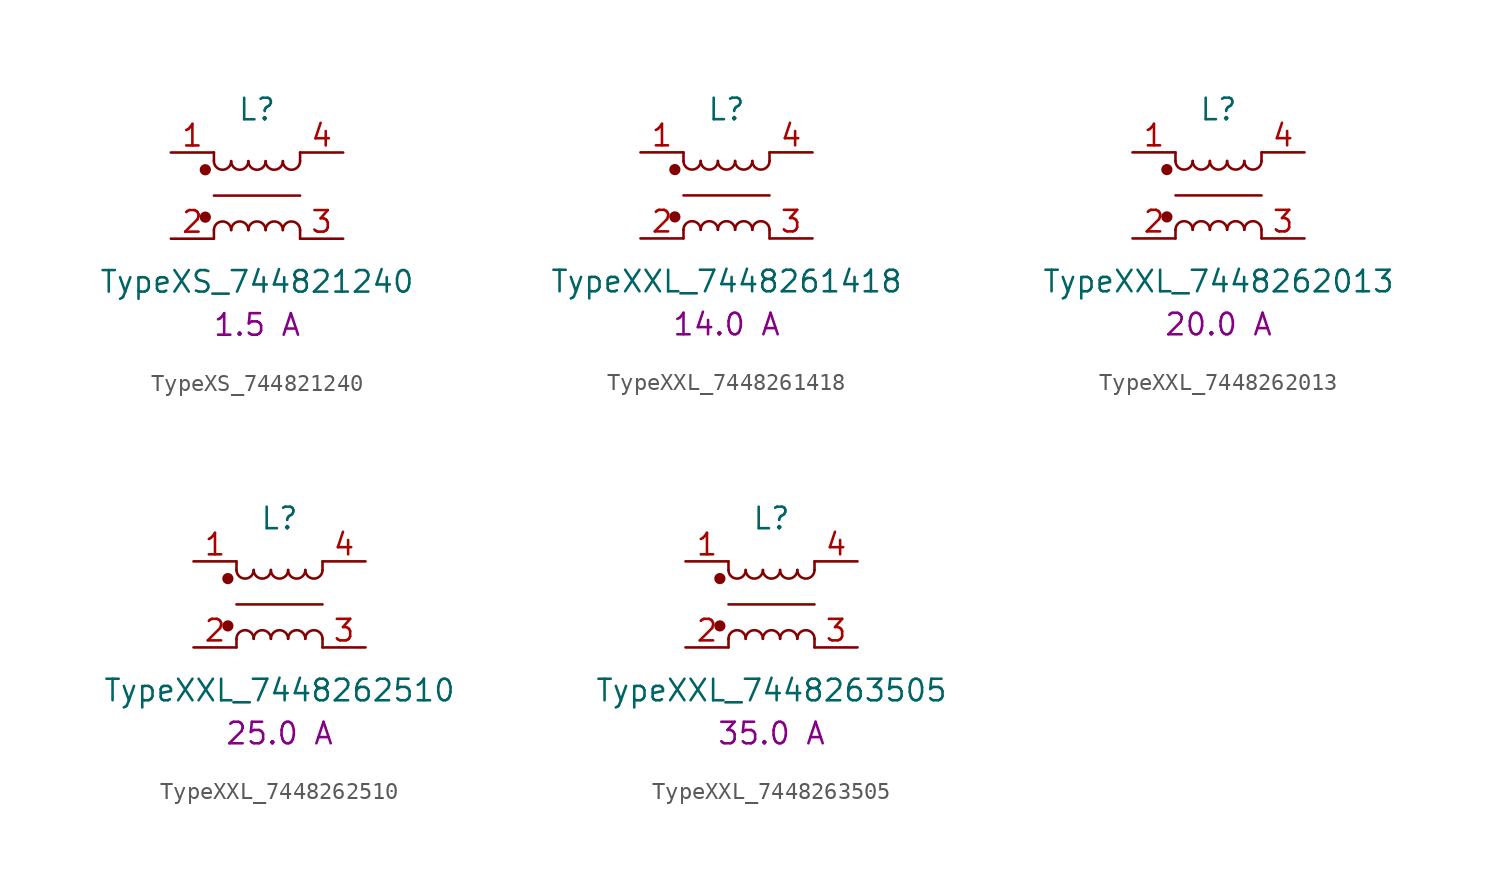
<source format=kicad_sym>
(kicad_symbol_lib
  (version 20220914)
  (generator kicad_symbol_editor)
  (symbol "TypeXS_744821240"
    (pin_names hide)
    (property "Reference" "L"
      (at 0 5.08 0)
      (effects (font (size 1.27 1.27))))
    (property "Value" "TypeXS_744821240"
      (at 0 -5.08 0)
      (effects (font (size 1.27 1.27))))
    (property "Critical Parameter" "1.5 A"
      (at 0 -7.62 0)
      (effects (font (size 1.27 1.27))))
    (symbol "TypeXS_744821240_0_1"
      (circle (center -3.048 -1.27) (radius 0.254) (stroke (width 0) (type default)) (fill (type outline)))
      (circle (center -3.048 1.524) (radius 0.254) (stroke (width 0) (type default)) (fill (type outline)))
      (arc (start -2.54 2.032) (mid -2.032 1.5262) (end -1.524 2.032) (stroke (width 0) (type default)) (fill (type none)))
      (arc (start -1.524 -2.032) (mid -2.032 -1.5262) (end -2.54 -2.032) (stroke (width 0) (type default)) (fill (type none)))
      (arc (start -1.524 2.032) (mid -1.016 1.5262) (end -0.508 2.032) (stroke (width 0) (type default)) (fill (type none)))
      (arc (start -0.508 -2.032) (mid -1.016 -1.5262) (end -1.524 -2.032) (stroke (width 0) (type default)) (fill (type none)))
      (arc (start -0.508 2.032) (mid 0 1.5262) (end 0.508 2.032) (stroke (width 0) (type default)) (fill (type none)))
      (polyline (pts (xy -2.54 -2.032) (xy -2.54 -2.54)) (stroke (width 0) (type default)) (fill (type none)))
      (polyline (pts (xy -2.54 2.032) (xy -2.54 2.54)) (stroke (width 0) (type default)) (fill (type none)))
      (polyline (pts (xy 2.54 -2.032) (xy 2.54 -2.54)) (stroke (width 0) (type default)) (fill (type none)))
      (polyline (pts (xy 2.54 0) (xy -2.54 0)) (stroke (width 0) (type default)) (fill (type none)))
      (polyline (pts (xy 2.54 2.54) (xy 2.54 2.032)) (stroke (width 0) (type default)) (fill (type none)))
      (arc (start 0.508 -2.032) (mid 0 -1.5262) (end -0.508 -2.032) (stroke (width 0) (type default)) (fill (type none)))
      (arc (start 0.508 2.032) (mid 1.016 1.5262) (end 1.524 2.032) (stroke (width 0) (type default)) (fill (type none)))
      (arc (start 1.524 -2.032) (mid 1.016 -1.5262) (end 0.508 -2.032) (stroke (width 0) (type default)) (fill (type none)))
      (arc (start 1.524 2.032) (mid 2.032 1.5262) (end 2.54 2.032) (stroke (width 0) (type default)) (fill (type none)))
      (arc (start 2.54 -2.032) (mid 2.032 -1.5262) (end 1.524 -2.032) (stroke (width 0) (type default)) (fill (type none))))
    (symbol "TypeXS_744821240_1_1"
      (pin passive line (at -5.08 2.54 0) (length 2.54) (name "1" (effects (font (size 1.27 1.27)))) (number "1" (effects (font (size 1.27 1.27)))))
      (pin passive line (at -5.08 -2.54 0) (length 2.54) (name "2" (effects (font (size 1.27 1.27)))) (number "2" (effects (font (size 1.27 1.27)))))
      (pin passive line (at 5.08 -2.54 180) (length 2.54) (name "3" (effects (font (size 1.27 1.27)))) (number "3" (effects (font (size 1.27 1.27)))))
      (pin passive line (at 5.08 2.54 180) (length 2.54) (name "4" (effects (font (size 1.27 1.27)))) (number "4" (effects (font (size 1.27 1.27)))))))
  (symbol "TypeXXL_7448261418"
    (pin_names hide)
    (property "Reference" "L"
      (at 0 5.08 0)
      (effects (font (size 1.27 1.27))))
    (property "Value" "TypeXXL_7448261418"
      (at 0 -5.08 0)
      (effects (font (size 1.27 1.27))))
    (property "Critical Parameter" "14.0 A"
      (at 0 -7.62 0)
      (effects (font (size 1.27 1.27))))
    (symbol "TypeXXL_7448261418_0_1"
      (circle (center -3.048 -1.27) (radius 0.254) (stroke (width 0) (type default)) (fill (type outline)))
      (circle (center -3.048 1.524) (radius 0.254) (stroke (width 0) (type default)) (fill (type outline)))
      (arc (start -2.54 2.032) (mid -2.032 1.5262) (end -1.524 2.032) (stroke (width 0) (type default)) (fill (type none)))
      (arc (start -1.524 -2.032) (mid -2.032 -1.5262) (end -2.54 -2.032) (stroke (width 0) (type default)) (fill (type none)))
      (arc (start -1.524 2.032) (mid -1.016 1.5262) (end -0.508 2.032) (stroke (width 0) (type default)) (fill (type none)))
      (arc (start -0.508 -2.032) (mid -1.016 -1.5262) (end -1.524 -2.032) (stroke (width 0) (type default)) (fill (type none)))
      (arc (start -0.508 2.032) (mid 0 1.5262) (end 0.508 2.032) (stroke (width 0) (type default)) (fill (type none)))
      (polyline (pts (xy -2.54 -2.032) (xy -2.54 -2.54)) (stroke (width 0) (type default)) (fill (type none)))
      (polyline (pts (xy -2.54 2.032) (xy -2.54 2.54)) (stroke (width 0) (type default)) (fill (type none)))
      (polyline (pts (xy 2.54 -2.032) (xy 2.54 -2.54)) (stroke (width 0) (type default)) (fill (type none)))
      (polyline (pts (xy 2.54 0) (xy -2.54 0)) (stroke (width 0) (type default)) (fill (type none)))
      (polyline (pts (xy 2.54 2.54) (xy 2.54 2.032)) (stroke (width 0) (type default)) (fill (type none)))
      (arc (start 0.508 -2.032) (mid 0 -1.5262) (end -0.508 -2.032) (stroke (width 0) (type default)) (fill (type none)))
      (arc (start 0.508 2.032) (mid 1.016 1.5262) (end 1.524 2.032) (stroke (width 0) (type default)) (fill (type none)))
      (arc (start 1.524 -2.032) (mid 1.016 -1.5262) (end 0.508 -2.032) (stroke (width 0) (type default)) (fill (type none)))
      (arc (start 1.524 2.032) (mid 2.032 1.5262) (end 2.54 2.032) (stroke (width 0) (type default)) (fill (type none)))
      (arc (start 2.54 -2.032) (mid 2.032 -1.5262) (end 1.524 -2.032) (stroke (width 0) (type default)) (fill (type none))))
    (symbol "TypeXXL_7448261418_1_1"
      (pin passive line (at -5.08 2.54 0) (length 2.54) (name "1" (effects (font (size 1.27 1.27)))) (number "1" (effects (font (size 1.27 1.27)))))
      (pin passive line (at -5.08 -2.54 0) (length 2.54) (name "2" (effects (font (size 1.27 1.27)))) (number "2" (effects (font (size 1.27 1.27)))))
      (pin passive line (at 5.08 -2.54 180) (length 2.54) (name "3" (effects (font (size 1.27 1.27)))) (number "3" (effects (font (size 1.27 1.27)))))
      (pin passive line (at 5.08 2.54 180) (length 2.54) (name "4" (effects (font (size 1.27 1.27)))) (number "4" (effects (font (size 1.27 1.27)))))))
  (symbol "TypeXXL_7448262013"
    (pin_names hide)
    (property "Reference" "L"
      (at 0 5.08 0)
      (effects (font (size 1.27 1.27))))
    (property "Value" "TypeXXL_7448262013"
      (at 0 -5.08 0)
      (effects (font (size 1.27 1.27))))
    (property "Critical Parameter" "20.0 A"
      (at 0 -7.62 0)
      (effects (font (size 1.27 1.27))))
    (symbol "TypeXXL_7448262013_0_1"
      (circle (center -3.048 -1.27) (radius 0.254) (stroke (width 0) (type default)) (fill (type outline)))
      (circle (center -3.048 1.524) (radius 0.254) (stroke (width 0) (type default)) (fill (type outline)))
      (arc (start -2.54 2.032) (mid -2.032 1.5262) (end -1.524 2.032) (stroke (width 0) (type default)) (fill (type none)))
      (arc (start -1.524 -2.032) (mid -2.032 -1.5262) (end -2.54 -2.032) (stroke (width 0) (type default)) (fill (type none)))
      (arc (start -1.524 2.032) (mid -1.016 1.5262) (end -0.508 2.032) (stroke (width 0) (type default)) (fill (type none)))
      (arc (start -0.508 -2.032) (mid -1.016 -1.5262) (end -1.524 -2.032) (stroke (width 0) (type default)) (fill (type none)))
      (arc (start -0.508 2.032) (mid 0 1.5262) (end 0.508 2.032) (stroke (width 0) (type default)) (fill (type none)))
      (polyline (pts (xy -2.54 -2.032) (xy -2.54 -2.54)) (stroke (width 0) (type default)) (fill (type none)))
      (polyline (pts (xy -2.54 2.032) (xy -2.54 2.54)) (stroke (width 0) (type default)) (fill (type none)))
      (polyline (pts (xy 2.54 -2.032) (xy 2.54 -2.54)) (stroke (width 0) (type default)) (fill (type none)))
      (polyline (pts (xy 2.54 0) (xy -2.54 0)) (stroke (width 0) (type default)) (fill (type none)))
      (polyline (pts (xy 2.54 2.54) (xy 2.54 2.032)) (stroke (width 0) (type default)) (fill (type none)))
      (arc (start 0.508 -2.032) (mid 0 -1.5262) (end -0.508 -2.032) (stroke (width 0) (type default)) (fill (type none)))
      (arc (start 0.508 2.032) (mid 1.016 1.5262) (end 1.524 2.032) (stroke (width 0) (type default)) (fill (type none)))
      (arc (start 1.524 -2.032) (mid 1.016 -1.5262) (end 0.508 -2.032) (stroke (width 0) (type default)) (fill (type none)))
      (arc (start 1.524 2.032) (mid 2.032 1.5262) (end 2.54 2.032) (stroke (width 0) (type default)) (fill (type none)))
      (arc (start 2.54 -2.032) (mid 2.032 -1.5262) (end 1.524 -2.032) (stroke (width 0) (type default)) (fill (type none))))
    (symbol "TypeXXL_7448262013_1_1"
      (pin passive line (at -5.08 2.54 0) (length 2.54) (name "1" (effects (font (size 1.27 1.27)))) (number "1" (effects (font (size 1.27 1.27)))))
      (pin passive line (at -5.08 -2.54 0) (length 2.54) (name "2" (effects (font (size 1.27 1.27)))) (number "2" (effects (font (size 1.27 1.27)))))
      (pin passive line (at 5.08 -2.54 180) (length 2.54) (name "3" (effects (font (size 1.27 1.27)))) (number "3" (effects (font (size 1.27 1.27)))))
      (pin passive line (at 5.08 2.54 180) (length 2.54) (name "4" (effects (font (size 1.27 1.27)))) (number "4" (effects (font (size 1.27 1.27)))))))
  (symbol "TypeXXL_7448262510"
    (pin_names hide)
    (property "Reference" "L"
      (at 0 5.08 0)
      (effects (font (size 1.27 1.27))))
    (property "Value" "TypeXXL_7448262510"
      (at 0 -5.08 0)
      (effects (font (size 1.27 1.27))))
    (property "Critical Parameter" "25.0 A"
      (at 0 -7.62 0)
      (effects (font (size 1.27 1.27))))
    (symbol "TypeXXL_7448262510_0_1"
      (circle (center -3.048 -1.27) (radius 0.254) (stroke (width 0) (type default)) (fill (type outline)))
      (circle (center -3.048 1.524) (radius 0.254) (stroke (width 0) (type default)) (fill (type outline)))
      (arc (start -2.54 2.032) (mid -2.032 1.5262) (end -1.524 2.032) (stroke (width 0) (type default)) (fill (type none)))
      (arc (start -1.524 -2.032) (mid -2.032 -1.5262) (end -2.54 -2.032) (stroke (width 0) (type default)) (fill (type none)))
      (arc (start -1.524 2.032) (mid -1.016 1.5262) (end -0.508 2.032) (stroke (width 0) (type default)) (fill (type none)))
      (arc (start -0.508 -2.032) (mid -1.016 -1.5262) (end -1.524 -2.032) (stroke (width 0) (type default)) (fill (type none)))
      (arc (start -0.508 2.032) (mid 0 1.5262) (end 0.508 2.032) (stroke (width 0) (type default)) (fill (type none)))
      (polyline (pts (xy -2.54 -2.032) (xy -2.54 -2.54)) (stroke (width 0) (type default)) (fill (type none)))
      (polyline (pts (xy -2.54 2.032) (xy -2.54 2.54)) (stroke (width 0) (type default)) (fill (type none)))
      (polyline (pts (xy 2.54 -2.032) (xy 2.54 -2.54)) (stroke (width 0) (type default)) (fill (type none)))
      (polyline (pts (xy 2.54 0) (xy -2.54 0)) (stroke (width 0) (type default)) (fill (type none)))
      (polyline (pts (xy 2.54 2.54) (xy 2.54 2.032)) (stroke (width 0) (type default)) (fill (type none)))
      (arc (start 0.508 -2.032) (mid 0 -1.5262) (end -0.508 -2.032) (stroke (width 0) (type default)) (fill (type none)))
      (arc (start 0.508 2.032) (mid 1.016 1.5262) (end 1.524 2.032) (stroke (width 0) (type default)) (fill (type none)))
      (arc (start 1.524 -2.032) (mid 1.016 -1.5262) (end 0.508 -2.032) (stroke (width 0) (type default)) (fill (type none)))
      (arc (start 1.524 2.032) (mid 2.032 1.5262) (end 2.54 2.032) (stroke (width 0) (type default)) (fill (type none)))
      (arc (start 2.54 -2.032) (mid 2.032 -1.5262) (end 1.524 -2.032) (stroke (width 0) (type default)) (fill (type none))))
    (symbol "TypeXXL_7448262510_1_1"
      (pin passive line (at -5.08 2.54 0) (length 2.54) (name "1" (effects (font (size 1.27 1.27)))) (number "1" (effects (font (size 1.27 1.27)))))
      (pin passive line (at -5.08 -2.54 0) (length 2.54) (name "2" (effects (font (size 1.27 1.27)))) (number "2" (effects (font (size 1.27 1.27)))))
      (pin passive line (at 5.08 -2.54 180) (length 2.54) (name "3" (effects (font (size 1.27 1.27)))) (number "3" (effects (font (size 1.27 1.27)))))
      (pin passive line (at 5.08 2.54 180) (length 2.54) (name "4" (effects (font (size 1.27 1.27)))) (number "4" (effects (font (size 1.27 1.27)))))))
  (symbol "TypeXXL_7448263505"
    (pin_names hide)
    (property "Reference" "L"
      (at 0 5.08 0)
      (effects (font (size 1.27 1.27))))
    (property "Value" "TypeXXL_7448263505"
      (at 0 -5.08 0)
      (effects (font (size 1.27 1.27))))
    (property "Critical Parameter" "35.0 A"
      (at 0 -7.62 0)
      (effects (font (size 1.27 1.27))))
    (symbol "TypeXXL_7448263505_0_1"
      (circle (center -3.048 -1.27) (radius 0.254) (stroke (width 0) (type default)) (fill (type outline)))
      (circle (center -3.048 1.524) (radius 0.254) (stroke (width 0) (type default)) (fill (type outline)))
      (arc (start -2.54 2.032) (mid -2.032 1.5262) (end -1.524 2.032) (stroke (width 0) (type default)) (fill (type none)))
      (arc (start -1.524 -2.032) (mid -2.032 -1.5262) (end -2.54 -2.032) (stroke (width 0) (type default)) (fill (type none)))
      (arc (start -1.524 2.032) (mid -1.016 1.5262) (end -0.508 2.032) (stroke (width 0) (type default)) (fill (type none)))
      (arc (start -0.508 -2.032) (mid -1.016 -1.5262) (end -1.524 -2.032) (stroke (width 0) (type default)) (fill (type none)))
      (arc (start -0.508 2.032) (mid 0 1.5262) (end 0.508 2.032) (stroke (width 0) (type default)) (fill (type none)))
      (polyline (pts (xy -2.54 -2.032) (xy -2.54 -2.54)) (stroke (width 0) (type default)) (fill (type none)))
      (polyline (pts (xy -2.54 2.032) (xy -2.54 2.54)) (stroke (width 0) (type default)) (fill (type none)))
      (polyline (pts (xy 2.54 -2.032) (xy 2.54 -2.54)) (stroke (width 0) (type default)) (fill (type none)))
      (polyline (pts (xy 2.54 0) (xy -2.54 0)) (stroke (width 0) (type default)) (fill (type none)))
      (polyline (pts (xy 2.54 2.54) (xy 2.54 2.032)) (stroke (width 0) (type default)) (fill (type none)))
      (arc (start 0.508 -2.032) (mid 0 -1.5262) (end -0.508 -2.032) (stroke (width 0) (type default)) (fill (type none)))
      (arc (start 0.508 2.032) (mid 1.016 1.5262) (end 1.524 2.032) (stroke (width 0) (type default)) (fill (type none)))
      (arc (start 1.524 -2.032) (mid 1.016 -1.5262) (end 0.508 -2.032) (stroke (width 0) (type default)) (fill (type none)))
      (arc (start 1.524 2.032) (mid 2.032 1.5262) (end 2.54 2.032) (stroke (width 0) (type default)) (fill (type none)))
      (arc (start 2.54 -2.032) (mid 2.032 -1.5262) (end 1.524 -2.032) (stroke (width 0) (type default)) (fill (type none))))
    (symbol "TypeXXL_7448263505_1_1"
      (pin passive line (at -5.08 2.54 0) (length 2.54) (name "1" (effects (font (size 1.27 1.27)))) (number "1" (effects (font (size 1.27 1.27)))))
      (pin passive line (at -5.08 -2.54 0) (length 2.54) (name "2" (effects (font (size 1.27 1.27)))) (number "2" (effects (font (size 1.27 1.27)))))
      (pin passive line (at 5.08 -2.54 180) (length 2.54) (name "3" (effects (font (size 1.27 1.27)))) (number "3" (effects (font (size 1.27 1.27)))))
      (pin passive line (at 5.08 2.54 180) (length 2.54) (name "4" (effects (font (size 1.27 1.27)))) (number "4" (effects (font (size 1.27 1.27))))))))
</source>
